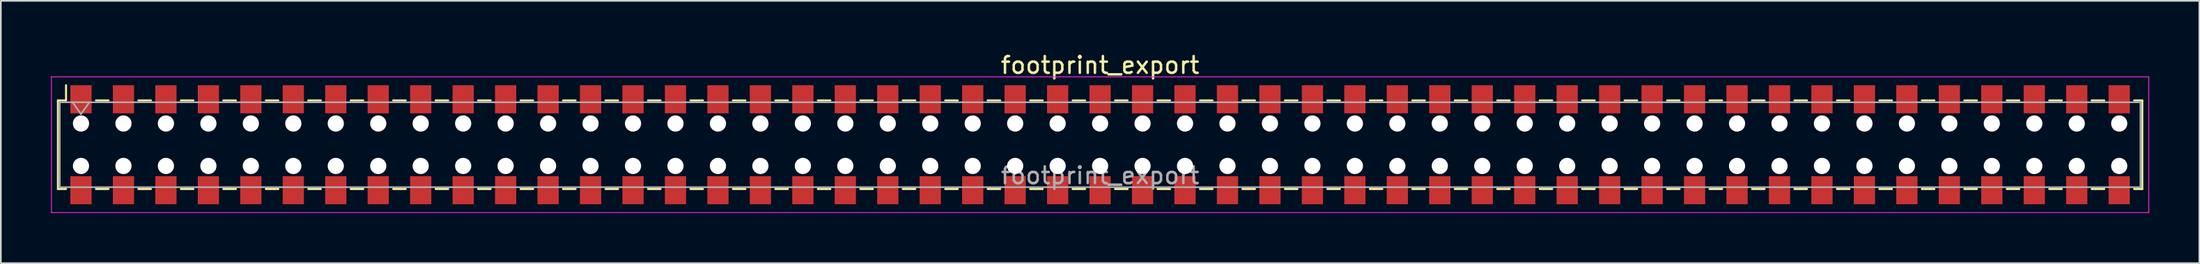
<source format=kicad_pcb>
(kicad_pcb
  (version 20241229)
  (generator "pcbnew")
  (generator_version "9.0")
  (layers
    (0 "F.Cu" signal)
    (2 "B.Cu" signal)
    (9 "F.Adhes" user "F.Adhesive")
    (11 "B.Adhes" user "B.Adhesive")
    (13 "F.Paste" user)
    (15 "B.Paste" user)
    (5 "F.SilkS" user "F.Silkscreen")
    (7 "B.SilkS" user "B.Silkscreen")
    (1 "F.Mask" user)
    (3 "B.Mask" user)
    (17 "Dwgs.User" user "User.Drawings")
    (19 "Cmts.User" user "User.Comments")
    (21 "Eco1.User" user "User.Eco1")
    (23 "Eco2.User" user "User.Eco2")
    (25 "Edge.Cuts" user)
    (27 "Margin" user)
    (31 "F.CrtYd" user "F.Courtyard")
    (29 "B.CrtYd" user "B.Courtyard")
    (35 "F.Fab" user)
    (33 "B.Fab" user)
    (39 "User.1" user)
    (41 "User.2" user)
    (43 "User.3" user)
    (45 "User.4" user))
  (footprint "footprint_export"
    (layer "F.Cu")
    (at 62.755 5.608)
    (property "Reference" "footprint_export" (at 0 -4.76 0) (layer "F.SilkS") (effects (font (size 1 1) (thickness 0.15))))
    (attr smd)
    (fp_line (start -62.34 -2.65) (end -62.34 2.65) (stroke (width 0.12) (type solid)) (layer "F.SilkS"))
    (fp_line (start -62.34 2.65) (end -61.855 2.65) (stroke (width 0.12) (type solid)) (layer "F.SilkS"))
    (fp_line (start -61.855 -3.56) (end -61.855 -2.65) (stroke (width 0.12) (type solid)) (layer "F.SilkS"))
    (fp_line (start -61.855 -2.65) (end -62.34 -2.65) (stroke (width 0.12) (type solid)) (layer "F.SilkS"))
    (fp_line (start -60.065 -2.65) (end -59.315 -2.65) (stroke (width 0.12) (type solid)) (layer "F.SilkS"))
    (fp_line (start -60.065 2.65) (end -59.315 2.65) (stroke (width 0.12) (type solid)) (layer "F.SilkS"))
    (fp_line (start -57.525 -2.65) (end -56.775 -2.65) (stroke (width 0.12) (type solid)) (layer "F.SilkS"))
    (fp_line (start -57.525 2.65) (end -56.775 2.65) (stroke (width 0.12) (type solid)) (layer "F.SilkS"))
    (fp_line (start -54.985 -2.65) (end -54.235 -2.65) (stroke (width 0.12) (type solid)) (layer "F.SilkS"))
    (fp_line (start -54.985 2.65) (end -54.235 2.65) (stroke (width 0.12) (type solid)) (layer "F.SilkS"))
    (fp_line (start -52.445 -2.65) (end -51.695 -2.65) (stroke (width 0.12) (type solid)) (layer "F.SilkS"))
    (fp_line (start -52.445 2.65) (end -51.695 2.65) (stroke (width 0.12) (type solid)) (layer "F.SilkS"))
    (fp_line (start -49.905 -2.65) (end -49.155 -2.65) (stroke (width 0.12) (type solid)) (layer "F.SilkS"))
    (fp_line (start -49.905 2.65) (end -49.155 2.65) (stroke (width 0.12) (type solid)) (layer "F.SilkS"))
    (fp_line (start -47.365 -2.65) (end -46.615 -2.65) (stroke (width 0.12) (type solid)) (layer "F.SilkS"))
    (fp_line (start -47.365 2.65) (end -46.615 2.65) (stroke (width 0.12) (type solid)) (layer "F.SilkS"))
    (fp_line (start -44.825 -2.65) (end -44.075 -2.65) (stroke (width 0.12) (type solid)) (layer "F.SilkS"))
    (fp_line (start -44.825 2.65) (end -44.075 2.65) (stroke (width 0.12) (type solid)) (layer "F.SilkS"))
    (fp_line (start -42.285 -2.65) (end -41.535 -2.65) (stroke (width 0.12) (type solid)) (layer "F.SilkS"))
    (fp_line (start -42.285 2.65) (end -41.535 2.65) (stroke (width 0.12) (type solid)) (layer "F.SilkS"))
    (fp_line (start -39.745 -2.65) (end -38.995 -2.65) (stroke (width 0.12) (type solid)) (layer "F.SilkS"))
    (fp_line (start -39.745 2.65) (end -38.995 2.65) (stroke (width 0.12) (type solid)) (layer "F.SilkS"))
    (fp_line (start -37.205 -2.65) (end -36.455 -2.65) (stroke (width 0.12) (type solid)) (layer "F.SilkS"))
    (fp_line (start -37.205 2.65) (end -36.455 2.65) (stroke (width 0.12) (type solid)) (layer "F.SilkS"))
    (fp_line (start -34.665 -2.65) (end -33.915 -2.65) (stroke (width 0.12) (type solid)) (layer "F.SilkS"))
    (fp_line (start -34.665 2.65) (end -33.915 2.65) (stroke (width 0.12) (type solid)) (layer "F.SilkS"))
    (fp_line (start -32.125 -2.65) (end -31.375 -2.65) (stroke (width 0.12) (type solid)) (layer "F.SilkS"))
    (fp_line (start -32.125 2.65) (end -31.375 2.65) (stroke (width 0.12) (type solid)) (layer "F.SilkS"))
    (fp_line (start -29.585 -2.65) (end -28.835 -2.65) (stroke (width 0.12) (type solid)) (layer "F.SilkS"))
    (fp_line (start -29.585 2.65) (end -28.835 2.65) (stroke (width 0.12) (type solid)) (layer "F.SilkS"))
    (fp_line (start -27.045 -2.65) (end -26.295 -2.65) (stroke (width 0.12) (type solid)) (layer "F.SilkS"))
    (fp_line (start -27.045 2.65) (end -26.295 2.65) (stroke (width 0.12) (type solid)) (layer "F.SilkS"))
    (fp_line (start -24.505 -2.65) (end -23.755 -2.65) (stroke (width 0.12) (type solid)) (layer "F.SilkS"))
    (fp_line (start -24.505 2.65) (end -23.755 2.65) (stroke (width 0.12) (type solid)) (layer "F.SilkS"))
    (fp_line (start -21.965 -2.65) (end -21.215 -2.65) (stroke (width 0.12) (type solid)) (layer "F.SilkS"))
    (fp_line (start -21.965 2.65) (end -21.215 2.65) (stroke (width 0.12) (type solid)) (layer "F.SilkS"))
    (fp_line (start -19.425 -2.65) (end -18.675 -2.65) (stroke (width 0.12) (type solid)) (layer "F.SilkS"))
    (fp_line (start -19.425 2.65) (end -18.675 2.65) (stroke (width 0.12) (type solid)) (layer "F.SilkS"))
    (fp_line (start -16.885 -2.65) (end -16.135 -2.65) (stroke (width 0.12) (type solid)) (layer "F.SilkS"))
    (fp_line (start -16.885 2.65) (end -16.135 2.65) (stroke (width 0.12) (type solid)) (layer "F.SilkS"))
    (fp_line (start -14.345 -2.65) (end -13.595 -2.65) (stroke (width 0.12) (type solid)) (layer "F.SilkS"))
    (fp_line (start -14.345 2.65) (end -13.595 2.65) (stroke (width 0.12) (type solid)) (layer "F.SilkS"))
    (fp_line (start -11.805 -2.65) (end -11.055 -2.65) (stroke (width 0.12) (type solid)) (layer "F.SilkS"))
    (fp_line (start -11.805 2.65) (end -11.055 2.65) (stroke (width 0.12) (type solid)) (layer "F.SilkS"))
    (fp_line (start -9.265 -2.65) (end -8.515 -2.65) (stroke (width 0.12) (type solid)) (layer "F.SilkS"))
    (fp_line (start -9.265 2.65) (end -8.515 2.65) (stroke (width 0.12) (type solid)) (layer "F.SilkS"))
    (fp_line (start -6.725 -2.65) (end -5.975 -2.65) (stroke (width 0.12) (type solid)) (layer "F.SilkS"))
    (fp_line (start -6.725 2.65) (end -5.975 2.65) (stroke (width 0.12) (type solid)) (layer "F.SilkS"))
    (fp_line (start -4.185 -2.65) (end -3.435 -2.65) (stroke (width 0.12) (type solid)) (layer "F.SilkS"))
    (fp_line (start -4.185 2.65) (end -3.435 2.65) (stroke (width 0.12) (type solid)) (layer "F.SilkS"))
    (fp_line (start -1.645 -2.65) (end -0.895 -2.65) (stroke (width 0.12) (type solid)) (layer "F.SilkS"))
    (fp_line (start -1.645 2.65) (end -0.895 2.65) (stroke (width 0.12) (type solid)) (layer "F.SilkS"))
    (fp_line (start 0.895 -2.65) (end 1.645 -2.65) (stroke (width 0.12) (type solid)) (layer "F.SilkS"))
    (fp_line (start 0.895 2.65) (end 1.645 2.65) (stroke (width 0.12) (type solid)) (layer "F.SilkS"))
    (fp_line (start 3.435 -2.65) (end 4.185 -2.65) (stroke (width 0.12) (type solid)) (layer "F.SilkS"))
    (fp_line (start 3.435 2.65) (end 4.185 2.65) (stroke (width 0.12) (type solid)) (layer "F.SilkS"))
    (fp_line (start 5.975 -2.65) (end 6.725 -2.65) (stroke (width 0.12) (type solid)) (layer "F.SilkS"))
    (fp_line (start 5.975 2.65) (end 6.725 2.65) (stroke (width 0.12) (type solid)) (layer "F.SilkS"))
    (fp_line (start 8.515 -2.65) (end 9.265 -2.65) (stroke (width 0.12) (type solid)) (layer "F.SilkS"))
    (fp_line (start 8.515 2.65) (end 9.265 2.65) (stroke (width 0.12) (type solid)) (layer "F.SilkS"))
    (fp_line (start 11.055 -2.65) (end 11.805 -2.65) (stroke (width 0.12) (type solid)) (layer "F.SilkS"))
    (fp_line (start 11.055 2.65) (end 11.805 2.65) (stroke (width 0.12) (type solid)) (layer "F.SilkS"))
    (fp_line (start 13.595 -2.65) (end 14.345 -2.65) (stroke (width 0.12) (type solid)) (layer "F.SilkS"))
    (fp_line (start 13.595 2.65) (end 14.345 2.65) (stroke (width 0.12) (type solid)) (layer "F.SilkS"))
    (fp_line (start 16.135 -2.65) (end 16.885 -2.65) (stroke (width 0.12) (type solid)) (layer "F.SilkS"))
    (fp_line (start 16.135 2.65) (end 16.885 2.65) (stroke (width 0.12) (type solid)) (layer "F.SilkS"))
    (fp_line (start 18.675 -2.65) (end 19.425 -2.65) (stroke (width 0.12) (type solid)) (layer "F.SilkS"))
    (fp_line (start 18.675 2.65) (end 19.425 2.65) (stroke (width 0.12) (type solid)) (layer "F.SilkS"))
    (fp_line (start 21.215 -2.65) (end 21.965 -2.65) (stroke (width 0.12) (type solid)) (layer "F.SilkS"))
    (fp_line (start 21.215 2.65) (end 21.965 2.65) (stroke (width 0.12) (type solid)) (layer "F.SilkS"))
    (fp_line (start 23.755 -2.65) (end 24.505 -2.65) (stroke (width 0.12) (type solid)) (layer "F.SilkS"))
    (fp_line (start 23.755 2.65) (end 24.505 2.65) (stroke (width 0.12) (type solid)) (layer "F.SilkS"))
    (fp_line (start 26.295 -2.65) (end 27.045 -2.65) (stroke (width 0.12) (type solid)) (layer "F.SilkS"))
    (fp_line (start 26.295 2.65) (end 27.045 2.65) (stroke (width 0.12) (type solid)) (layer "F.SilkS"))
    (fp_line (start 28.835 -2.65) (end 29.585 -2.65) (stroke (width 0.12) (type solid)) (layer "F.SilkS"))
    (fp_line (start 28.835 2.65) (end 29.585 2.65) (stroke (width 0.12) (type solid)) (layer "F.SilkS"))
    (fp_line (start 31.375 -2.65) (end 32.125 -2.65) (stroke (width 0.12) (type solid)) (layer "F.SilkS"))
    (fp_line (start 31.375 2.65) (end 32.125 2.65) (stroke (width 0.12) (type solid)) (layer "F.SilkS"))
    (fp_line (start 33.915 -2.65) (end 34.665 -2.65) (stroke (width 0.12) (type solid)) (layer "F.SilkS"))
    (fp_line (start 33.915 2.65) (end 34.665 2.65) (stroke (width 0.12) (type solid)) (layer "F.SilkS"))
    (fp_line (start 36.455 -2.65) (end 37.205 -2.65) (stroke (width 0.12) (type solid)) (layer "F.SilkS"))
    (fp_line (start 36.455 2.65) (end 37.205 2.65) (stroke (width 0.12) (type solid)) (layer "F.SilkS"))
    (fp_line (start 38.995 -2.65) (end 39.745 -2.65) (stroke (width 0.12) (type solid)) (layer "F.SilkS"))
    (fp_line (start 38.995 2.65) (end 39.745 2.65) (stroke (width 0.12) (type solid)) (layer "F.SilkS"))
    (fp_line (start 41.535 -2.65) (end 42.285 -2.65) (stroke (width 0.12) (type solid)) (layer "F.SilkS"))
    (fp_line (start 41.535 2.65) (end 42.285 2.65) (stroke (width 0.12) (type solid)) (layer "F.SilkS"))
    (fp_line (start 44.075 -2.65) (end 44.825 -2.65) (stroke (width 0.12) (type solid)) (layer "F.SilkS"))
    (fp_line (start 44.075 2.65) (end 44.825 2.65) (stroke (width 0.12) (type solid)) (layer "F.SilkS"))
    (fp_line (start 46.615 -2.65) (end 47.365 -2.65) (stroke (width 0.12) (type solid)) (layer "F.SilkS"))
    (fp_line (start 46.615 2.65) (end 47.365 2.65) (stroke (width 0.12) (type solid)) (layer "F.SilkS"))
    (fp_line (start 49.155 -2.65) (end 49.905 -2.65) (stroke (width 0.12) (type solid)) (layer "F.SilkS"))
    (fp_line (start 49.155 2.65) (end 49.905 2.65) (stroke (width 0.12) (type solid)) (layer "F.SilkS"))
    (fp_line (start 51.695 -2.65) (end 52.445 -2.65) (stroke (width 0.12) (type solid)) (layer "F.SilkS"))
    (fp_line (start 51.695 2.65) (end 52.445 2.65) (stroke (width 0.12) (type solid)) (layer "F.SilkS"))
    (fp_line (start 54.235 -2.65) (end 54.985 -2.65) (stroke (width 0.12) (type solid)) (layer "F.SilkS"))
    (fp_line (start 54.235 2.65) (end 54.985 2.65) (stroke (width 0.12) (type solid)) (layer "F.SilkS"))
    (fp_line (start 56.775 -2.65) (end 57.525 -2.65) (stroke (width 0.12) (type solid)) (layer "F.SilkS"))
    (fp_line (start 56.775 2.65) (end 57.525 2.65) (stroke (width 0.12) (type solid)) (layer "F.SilkS"))
    (fp_line (start 59.315 -2.65) (end 60.065 -2.65) (stroke (width 0.12) (type solid)) (layer "F.SilkS"))
    (fp_line (start 59.315 2.65) (end 60.065 2.65) (stroke (width 0.12) (type solid)) (layer "F.SilkS"))
    (fp_line (start 61.855 -2.65) (end 62.34 -2.65) (stroke (width 0.12) (type solid)) (layer "F.SilkS"))
    (fp_line (start 62.34 -2.65) (end 62.34 2.65) (stroke (width 0.12) (type solid)) (layer "F.SilkS"))
    (fp_line (start 62.34 2.65) (end 61.855 2.65) (stroke (width 0.12) (type solid)) (layer "F.SilkS"))
    (fp_line (start -62.73 -4.06) (end 62.73 -4.06) (stroke (width 0.05) (type solid)) (layer "F.CrtYd"))
    (fp_line (start -62.73 4.06) (end -62.73 -4.06) (stroke (width 0.05) (type solid)) (layer "F.CrtYd"))
    (fp_line (start 62.73 -4.06) (end 62.73 4.06) (stroke (width 0.05) (type solid)) (layer "F.CrtYd"))
    (fp_line (start 62.73 4.06) (end -62.73 4.06) (stroke (width 0.05) (type solid)) (layer "F.CrtYd"))
    (fp_line (start -62.23 -2.54) (end 62.23 -2.54) (stroke (width 0.1) (type solid)) (layer "F.Fab"))
    (fp_line (start -62.23 2.54) (end -62.23 -2.54) (stroke (width 0.1) (type solid)) (layer "F.Fab"))
    (fp_line (start -61.46 -2.54) (end -60.96 -1.833) (stroke (width 0.1) (type solid)) (layer "F.Fab"))
    (fp_line (start -60.96 -1.833) (end -60.46 -2.54) (stroke (width 0.1) (type solid)) (layer "F.Fab"))
    (fp_line (start 62.23 -2.54) (end 62.23 2.54) (stroke (width 0.1) (type solid)) (layer "F.Fab"))
    (fp_line (start 62.23 2.54) (end -62.23 2.54) (stroke (width 0.1) (type solid)) (layer "F.Fab"))
    (fp_text user "${REFERENCE}" (at 0 1.84 0) (layer "F.Fab") (effects (font (size 1 1) (thickness 0.15))))
    (pad "" np_thru_hole circle (at -60.96 -1.27) (size 0.97 0.97) (drill 0.97) (layers "*.Cu" "*.Mask"))
    (pad "" np_thru_hole circle (at -60.96 1.27) (size 0.97 0.97) (drill 0.97) (layers "*.Cu" "*.Mask"))
    (pad "" np_thru_hole circle (at -58.42 -1.27) (size 0.97 0.97) (drill 0.97) (layers "*.Cu" "*.Mask"))
    (pad "" np_thru_hole circle (at -58.42 1.27) (size 0.97 0.97) (drill 0.97) (layers "*.Cu" "*.Mask"))
    (pad "" np_thru_hole circle (at -55.88 -1.27) (size 0.97 0.97) (drill 0.97) (layers "*.Cu" "*.Mask"))
    (pad "" np_thru_hole circle (at -55.88 1.27) (size 0.97 0.97) (drill 0.97) (layers "*.Cu" "*.Mask"))
    (pad "" np_thru_hole circle (at -53.34 -1.27) (size 0.97 0.97) (drill 0.97) (layers "*.Cu" "*.Mask"))
    (pad "" np_thru_hole circle (at -53.34 1.27) (size 0.97 0.97) (drill 0.97) (layers "*.Cu" "*.Mask"))
    (pad "" np_thru_hole circle (at -50.8 -1.27) (size 0.97 0.97) (drill 0.97) (layers "*.Cu" "*.Mask"))
    (pad "" np_thru_hole circle (at -50.8 1.27) (size 0.97 0.97) (drill 0.97) (layers "*.Cu" "*.Mask"))
    (pad "" np_thru_hole circle (at -48.26 -1.27) (size 0.97 0.97) (drill 0.97) (layers "*.Cu" "*.Mask"))
    (pad "" np_thru_hole circle (at -48.26 1.27) (size 0.97 0.97) (drill 0.97) (layers "*.Cu" "*.Mask"))
    (pad "" np_thru_hole circle (at -45.72 -1.27) (size 0.97 0.97) (drill 0.97) (layers "*.Cu" "*.Mask"))
    (pad "" np_thru_hole circle (at -45.72 1.27) (size 0.97 0.97) (drill 0.97) (layers "*.Cu" "*.Mask"))
    (pad "" np_thru_hole circle (at -43.18 -1.27) (size 0.97 0.97) (drill 0.97) (layers "*.Cu" "*.Mask"))
    (pad "" np_thru_hole circle (at -43.18 1.27) (size 0.97 0.97) (drill 0.97) (layers "*.Cu" "*.Mask"))
    (pad "" np_thru_hole circle (at -40.64 -1.27) (size 0.97 0.97) (drill 0.97) (layers "*.Cu" "*.Mask"))
    (pad "" np_thru_hole circle (at -40.64 1.27) (size 0.97 0.97) (drill 0.97) (layers "*.Cu" "*.Mask"))
    (pad "" np_thru_hole circle (at -38.1 -1.27) (size 0.97 0.97) (drill 0.97) (layers "*.Cu" "*.Mask"))
    (pad "" np_thru_hole circle (at -38.1 1.27) (size 0.97 0.97) (drill 0.97) (layers "*.Cu" "*.Mask"))
    (pad "" np_thru_hole circle (at -35.56 -1.27) (size 0.97 0.97) (drill 0.97) (layers "*.Cu" "*.Mask"))
    (pad "" np_thru_hole circle (at -35.56 1.27) (size 0.97 0.97) (drill 0.97) (layers "*.Cu" "*.Mask"))
    (pad "" np_thru_hole circle (at -33.02 -1.27) (size 0.97 0.97) (drill 0.97) (layers "*.Cu" "*.Mask"))
    (pad "" np_thru_hole circle (at -33.02 1.27) (size 0.97 0.97) (drill 0.97) (layers "*.Cu" "*.Mask"))
    (pad "" np_thru_hole circle (at -30.48 -1.27) (size 0.97 0.97) (drill 0.97) (layers "*.Cu" "*.Mask"))
    (pad "" np_thru_hole circle (at -30.48 1.27) (size 0.97 0.97) (drill 0.97) (layers "*.Cu" "*.Mask"))
    (pad "" np_thru_hole circle (at -27.94 -1.27) (size 0.97 0.97) (drill 0.97) (layers "*.Cu" "*.Mask"))
    (pad "" np_thru_hole circle (at -27.94 1.27) (size 0.97 0.97) (drill 0.97) (layers "*.Cu" "*.Mask"))
    (pad "" np_thru_hole circle (at -25.4 -1.27) (size 0.97 0.97) (drill 0.97) (layers "*.Cu" "*.Mask"))
    (pad "" np_thru_hole circle (at -25.4 1.27) (size 0.97 0.97) (drill 0.97) (layers "*.Cu" "*.Mask"))
    (pad "" np_thru_hole circle (at -22.86 -1.27) (size 0.97 0.97) (drill 0.97) (layers "*.Cu" "*.Mask"))
    (pad "" np_thru_hole circle (at -22.86 1.27) (size 0.97 0.97) (drill 0.97) (layers "*.Cu" "*.Mask"))
    (pad "" np_thru_hole circle (at -20.32 -1.27) (size 0.97 0.97) (drill 0.97) (layers "*.Cu" "*.Mask"))
    (pad "" np_thru_hole circle (at -20.32 1.27) (size 0.97 0.97) (drill 0.97) (layers "*.Cu" "*.Mask"))
    (pad "" np_thru_hole circle (at -17.78 -1.27) (size 0.97 0.97) (drill 0.97) (layers "*.Cu" "*.Mask"))
    (pad "" np_thru_hole circle (at -17.78 1.27) (size 0.97 0.97) (drill 0.97) (layers "*.Cu" "*.Mask"))
    (pad "" np_thru_hole circle (at -15.24 -1.27) (size 0.97 0.97) (drill 0.97) (layers "*.Cu" "*.Mask"))
    (pad "" np_thru_hole circle (at -15.24 1.27) (size 0.97 0.97) (drill 0.97) (layers "*.Cu" "*.Mask"))
    (pad "" np_thru_hole circle (at -12.7 -1.27) (size 0.97 0.97) (drill 0.97) (layers "*.Cu" "*.Mask"))
    (pad "" np_thru_hole circle (at -12.7 1.27) (size 0.97 0.97) (drill 0.97) (layers "*.Cu" "*.Mask"))
    (pad "" np_thru_hole circle (at -10.16 -1.27) (size 0.97 0.97) (drill 0.97) (layers "*.Cu" "*.Mask"))
    (pad "" np_thru_hole circle (at -10.16 1.27) (size 0.97 0.97) (drill 0.97) (layers "*.Cu" "*.Mask"))
    (pad "" np_thru_hole circle (at -7.62 -1.27) (size 0.97 0.97) (drill 0.97) (layers "*.Cu" "*.Mask"))
    (pad "" np_thru_hole circle (at -7.62 1.27) (size 0.97 0.97) (drill 0.97) (layers "*.Cu" "*.Mask"))
    (pad "" np_thru_hole circle (at -5.08 -1.27) (size 0.97 0.97) (drill 0.97) (layers "*.Cu" "*.Mask"))
    (pad "" np_thru_hole circle (at -5.08 1.27) (size 0.97 0.97) (drill 0.97) (layers "*.Cu" "*.Mask"))
    (pad "" np_thru_hole circle (at -2.54 -1.27) (size 0.97 0.97) (drill 0.97) (layers "*.Cu" "*.Mask"))
    (pad "" np_thru_hole circle (at -2.54 1.27) (size 0.97 0.97) (drill 0.97) (layers "*.Cu" "*.Mask"))
    (pad "" np_thru_hole circle (at 0 -1.27) (size 0.97 0.97) (drill 0.97) (layers "*.Cu" "*.Mask"))
    (pad "" np_thru_hole circle (at 0 1.27) (size 0.97 0.97) (drill 0.97) (layers "*.Cu" "*.Mask"))
    (pad "" np_thru_hole circle (at 2.54 -1.27) (size 0.97 0.97) (drill 0.97) (layers "*.Cu" "*.Mask"))
    (pad "" np_thru_hole circle (at 2.54 1.27) (size 0.97 0.97) (drill 0.97) (layers "*.Cu" "*.Mask"))
    (pad "" np_thru_hole circle (at 5.08 -1.27) (size 0.97 0.97) (drill 0.97) (layers "*.Cu" "*.Mask"))
    (pad "" np_thru_hole circle (at 5.08 1.27) (size 0.97 0.97) (drill 0.97) (layers "*.Cu" "*.Mask"))
    (pad "" np_thru_hole circle (at 7.62 -1.27) (size 0.97 0.97) (drill 0.97) (layers "*.Cu" "*.Mask"))
    (pad "" np_thru_hole circle (at 7.62 1.27) (size 0.97 0.97) (drill 0.97) (layers "*.Cu" "*.Mask"))
    (pad "" np_thru_hole circle (at 10.16 -1.27) (size 0.97 0.97) (drill 0.97) (layers "*.Cu" "*.Mask"))
    (pad "" np_thru_hole circle (at 10.16 1.27) (size 0.97 0.97) (drill 0.97) (layers "*.Cu" "*.Mask"))
    (pad "" np_thru_hole circle (at 12.7 -1.27) (size 0.97 0.97) (drill 0.97) (layers "*.Cu" "*.Mask"))
    (pad "" np_thru_hole circle (at 12.7 1.27) (size 0.97 0.97) (drill 0.97) (layers "*.Cu" "*.Mask"))
    (pad "" np_thru_hole circle (at 15.24 -1.27) (size 0.97 0.97) (drill 0.97) (layers "*.Cu" "*.Mask"))
    (pad "" np_thru_hole circle (at 15.24 1.27) (size 0.97 0.97) (drill 0.97) (layers "*.Cu" "*.Mask"))
    (pad "" np_thru_hole circle (at 17.78 -1.27) (size 0.97 0.97) (drill 0.97) (layers "*.Cu" "*.Mask"))
    (pad "" np_thru_hole circle (at 17.78 1.27) (size 0.97 0.97) (drill 0.97) (layers "*.Cu" "*.Mask"))
    (pad "" np_thru_hole circle (at 20.32 -1.27) (size 0.97 0.97) (drill 0.97) (layers "*.Cu" "*.Mask"))
    (pad "" np_thru_hole circle (at 20.32 1.27) (size 0.97 0.97) (drill 0.97) (layers "*.Cu" "*.Mask"))
    (pad "" np_thru_hole circle (at 22.86 -1.27) (size 0.97 0.97) (drill 0.97) (layers "*.Cu" "*.Mask"))
    (pad "" np_thru_hole circle (at 22.86 1.27) (size 0.97 0.97) (drill 0.97) (layers "*.Cu" "*.Mask"))
    (pad "" np_thru_hole circle (at 25.4 -1.27) (size 0.97 0.97) (drill 0.97) (layers "*.Cu" "*.Mask"))
    (pad "" np_thru_hole circle (at 25.4 1.27) (size 0.97 0.97) (drill 0.97) (layers "*.Cu" "*.Mask"))
    (pad "" np_thru_hole circle (at 27.94 -1.27) (size 0.97 0.97) (drill 0.97) (layers "*.Cu" "*.Mask"))
    (pad "" np_thru_hole circle (at 27.94 1.27) (size 0.97 0.97) (drill 0.97) (layers "*.Cu" "*.Mask"))
    (pad "" np_thru_hole circle (at 30.48 -1.27) (size 0.97 0.97) (drill 0.97) (layers "*.Cu" "*.Mask"))
    (pad "" np_thru_hole circle (at 30.48 1.27) (size 0.97 0.97) (drill 0.97) (layers "*.Cu" "*.Mask"))
    (pad "" np_thru_hole circle (at 33.02 -1.27) (size 0.97 0.97) (drill 0.97) (layers "*.Cu" "*.Mask"))
    (pad "" np_thru_hole circle (at 33.02 1.27) (size 0.97 0.97) (drill 0.97) (layers "*.Cu" "*.Mask"))
    (pad "" np_thru_hole circle (at 35.56 -1.27) (size 0.97 0.97) (drill 0.97) (layers "*.Cu" "*.Mask"))
    (pad "" np_thru_hole circle (at 35.56 1.27) (size 0.97 0.97) (drill 0.97) (layers "*.Cu" "*.Mask"))
    (pad "" np_thru_hole circle (at 38.1 -1.27) (size 0.97 0.97) (drill 0.97) (layers "*.Cu" "*.Mask"))
    (pad "" np_thru_hole circle (at 38.1 1.27) (size 0.97 0.97) (drill 0.97) (layers "*.Cu" "*.Mask"))
    (pad "" np_thru_hole circle (at 40.64 -1.27) (size 0.97 0.97) (drill 0.97) (layers "*.Cu" "*.Mask"))
    (pad "" np_thru_hole circle (at 40.64 1.27) (size 0.97 0.97) (drill 0.97) (layers "*.Cu" "*.Mask"))
    (pad "" np_thru_hole circle (at 43.18 -1.27) (size 0.97 0.97) (drill 0.97) (layers "*.Cu" "*.Mask"))
    (pad "" np_thru_hole circle (at 43.18 1.27) (size 0.97 0.97) (drill 0.97) (layers "*.Cu" "*.Mask"))
    (pad "" np_thru_hole circle (at 45.72 -1.27) (size 0.97 0.97) (drill 0.97) (layers "*.Cu" "*.Mask"))
    (pad "" np_thru_hole circle (at 45.72 1.27) (size 0.97 0.97) (drill 0.97) (layers "*.Cu" "*.Mask"))
    (pad "" np_thru_hole circle (at 48.26 -1.27) (size 0.97 0.97) (drill 0.97) (layers "*.Cu" "*.Mask"))
    (pad "" np_thru_hole circle (at 48.26 1.27) (size 0.97 0.97) (drill 0.97) (layers "*.Cu" "*.Mask"))
    (pad "" np_thru_hole circle (at 50.8 -1.27) (size 0.97 0.97) (drill 0.97) (layers "*.Cu" "*.Mask"))
    (pad "" np_thru_hole circle (at 50.8 1.27) (size 0.97 0.97) (drill 0.97) (layers "*.Cu" "*.Mask"))
    (pad "" np_thru_hole circle (at 53.34 -1.27) (size 0.97 0.97) (drill 0.97) (layers "*.Cu" "*.Mask"))
    (pad "" np_thru_hole circle (at 53.34 1.27) (size 0.97 0.97) (drill 0.97) (layers "*.Cu" "*.Mask"))
    (pad "" np_thru_hole circle (at 55.88 -1.27) (size 0.97 0.97) (drill 0.97) (layers "*.Cu" "*.Mask"))
    (pad "" np_thru_hole circle (at 55.88 1.27) (size 0.97 0.97) (drill 0.97) (layers "*.Cu" "*.Mask"))
    (pad "" np_thru_hole circle (at 58.42 -1.27) (size 0.97 0.97) (drill 0.97) (layers "*.Cu" "*.Mask"))
    (pad "" np_thru_hole circle (at 58.42 1.27) (size 0.97 0.97) (drill 0.97) (layers "*.Cu" "*.Mask"))
    (pad "" np_thru_hole circle (at 60.96 -1.27) (size 0.97 0.97) (drill 0.97) (layers "*.Cu" "*.Mask"))
    (pad "" np_thru_hole circle (at 60.96 1.27) (size 0.97 0.97) (drill 0.97) (layers "*.Cu" "*.Mask"))
    (pad "1" smd rect (at -60.96 -2.72) (size 1.27 1.68) (layers "F.Cu" "F.Mask" "F.Paste"))
    (pad "2" smd rect (at -60.96 2.72) (size 1.27 1.68) (layers "F.Cu" "F.Mask" "F.Paste"))
    (pad "3" smd rect (at -58.42 -2.72) (size 1.27 1.68) (layers "F.Cu" "F.Mask" "F.Paste"))
    (pad "4" smd rect (at -58.42 2.72) (size 1.27 1.68) (layers "F.Cu" "F.Mask" "F.Paste"))
    (pad "5" smd rect (at -55.88 -2.72) (size 1.27 1.68) (layers "F.Cu" "F.Mask" "F.Paste"))
    (pad "6" smd rect (at -55.88 2.72) (size 1.27 1.68) (layers "F.Cu" "F.Mask" "F.Paste"))
    (pad "7" smd rect (at -53.34 -2.72) (size 1.27 1.68) (layers "F.Cu" "F.Mask" "F.Paste"))
    (pad "8" smd rect (at -53.34 2.72) (size 1.27 1.68) (layers "F.Cu" "F.Mask" "F.Paste"))
    (pad "9" smd rect (at -50.8 -2.72) (size 1.27 1.68) (layers "F.Cu" "F.Mask" "F.Paste"))
    (pad "10" smd rect (at -50.8 2.72) (size 1.27 1.68) (layers "F.Cu" "F.Mask" "F.Paste"))
    (pad "11" smd rect (at -48.26 -2.72) (size 1.27 1.68) (layers "F.Cu" "F.Mask" "F.Paste"))
    (pad "12" smd rect (at -48.26 2.72) (size 1.27 1.68) (layers "F.Cu" "F.Mask" "F.Paste"))
    (pad "13" smd rect (at -45.72 -2.72) (size 1.27 1.68) (layers "F.Cu" "F.Mask" "F.Paste"))
    (pad "14" smd rect (at -45.72 2.72) (size 1.27 1.68) (layers "F.Cu" "F.Mask" "F.Paste"))
    (pad "15" smd rect (at -43.18 -2.72) (size 1.27 1.68) (layers "F.Cu" "F.Mask" "F.Paste"))
    (pad "16" smd rect (at -43.18 2.72) (size 1.27 1.68) (layers "F.Cu" "F.Mask" "F.Paste"))
    (pad "17" smd rect (at -40.64 -2.72) (size 1.27 1.68) (layers "F.Cu" "F.Mask" "F.Paste"))
    (pad "18" smd rect (at -40.64 2.72) (size 1.27 1.68) (layers "F.Cu" "F.Mask" "F.Paste"))
    (pad "19" smd rect (at -38.1 -2.72) (size 1.27 1.68) (layers "F.Cu" "F.Mask" "F.Paste"))
    (pad "20" smd rect (at -38.1 2.72) (size 1.27 1.68) (layers "F.Cu" "F.Mask" "F.Paste"))
    (pad "21" smd rect (at -35.56 -2.72) (size 1.27 1.68) (layers "F.Cu" "F.Mask" "F.Paste"))
    (pad "22" smd rect (at -35.56 2.72) (size 1.27 1.68) (layers "F.Cu" "F.Mask" "F.Paste"))
    (pad "23" smd rect (at -33.02 -2.72) (size 1.27 1.68) (layers "F.Cu" "F.Mask" "F.Paste"))
    (pad "24" smd rect (at -33.02 2.72) (size 1.27 1.68) (layers "F.Cu" "F.Mask" "F.Paste"))
    (pad "25" smd rect (at -30.48 -2.72) (size 1.27 1.68) (layers "F.Cu" "F.Mask" "F.Paste"))
    (pad "26" smd rect (at -30.48 2.72) (size 1.27 1.68) (layers "F.Cu" "F.Mask" "F.Paste"))
    (pad "27" smd rect (at -27.94 -2.72) (size 1.27 1.68) (layers "F.Cu" "F.Mask" "F.Paste"))
    (pad "28" smd rect (at -27.94 2.72) (size 1.27 1.68) (layers "F.Cu" "F.Mask" "F.Paste"))
    (pad "29" smd rect (at -25.4 -2.72) (size 1.27 1.68) (layers "F.Cu" "F.Mask" "F.Paste"))
    (pad "30" smd rect (at -25.4 2.72) (size 1.27 1.68) (layers "F.Cu" "F.Mask" "F.Paste"))
    (pad "31" smd rect (at -22.86 -2.72) (size 1.27 1.68) (layers "F.Cu" "F.Mask" "F.Paste"))
    (pad "32" smd rect (at -22.86 2.72) (size 1.27 1.68) (layers "F.Cu" "F.Mask" "F.Paste"))
    (pad "33" smd rect (at -20.32 -2.72) (size 1.27 1.68) (layers "F.Cu" "F.Mask" "F.Paste"))
    (pad "34" smd rect (at -20.32 2.72) (size 1.27 1.68) (layers "F.Cu" "F.Mask" "F.Paste"))
    (pad "35" smd rect (at -17.78 -2.72) (size 1.27 1.68) (layers "F.Cu" "F.Mask" "F.Paste"))
    (pad "36" smd rect (at -17.78 2.72) (size 1.27 1.68) (layers "F.Cu" "F.Mask" "F.Paste"))
    (pad "37" smd rect (at -15.24 -2.72) (size 1.27 1.68) (layers "F.Cu" "F.Mask" "F.Paste"))
    (pad "38" smd rect (at -15.24 2.72) (size 1.27 1.68) (layers "F.Cu" "F.Mask" "F.Paste"))
    (pad "39" smd rect (at -12.7 -2.72) (size 1.27 1.68) (layers "F.Cu" "F.Mask" "F.Paste"))
    (pad "40" smd rect (at -12.7 2.72) (size 1.27 1.68) (layers "F.Cu" "F.Mask" "F.Paste"))
    (pad "41" smd rect (at -10.16 -2.72) (size 1.27 1.68) (layers "F.Cu" "F.Mask" "F.Paste"))
    (pad "42" smd rect (at -10.16 2.72) (size 1.27 1.68) (layers "F.Cu" "F.Mask" "F.Paste"))
    (pad "43" smd rect (at -7.62 -2.72) (size 1.27 1.68) (layers "F.Cu" "F.Mask" "F.Paste"))
    (pad "44" smd rect (at -7.62 2.72) (size 1.27 1.68) (layers "F.Cu" "F.Mask" "F.Paste"))
    (pad "45" smd rect (at -5.08 -2.72) (size 1.27 1.68) (layers "F.Cu" "F.Mask" "F.Paste"))
    (pad "46" smd rect (at -5.08 2.72) (size 1.27 1.68) (layers "F.Cu" "F.Mask" "F.Paste"))
    (pad "47" smd rect (at -2.54 -2.72) (size 1.27 1.68) (layers "F.Cu" "F.Mask" "F.Paste"))
    (pad "48" smd rect (at -2.54 2.72) (size 1.27 1.68) (layers "F.Cu" "F.Mask" "F.Paste"))
    (pad "49" smd rect (at 0 -2.72) (size 1.27 1.68) (layers "F.Cu" "F.Mask" "F.Paste"))
    (pad "50" smd rect (at 0 2.72) (size 1.27 1.68) (layers "F.Cu" "F.Mask" "F.Paste"))
    (pad "51" smd rect (at 2.54 -2.72) (size 1.27 1.68) (layers "F.Cu" "F.Mask" "F.Paste"))
    (pad "52" smd rect (at 2.54 2.72) (size 1.27 1.68) (layers "F.Cu" "F.Mask" "F.Paste"))
    (pad "53" smd rect (at 5.08 -2.72) (size 1.27 1.68) (layers "F.Cu" "F.Mask" "F.Paste"))
    (pad "54" smd rect (at 5.08 2.72) (size 1.27 1.68) (layers "F.Cu" "F.Mask" "F.Paste"))
    (pad "55" smd rect (at 7.62 -2.72) (size 1.27 1.68) (layers "F.Cu" "F.Mask" "F.Paste"))
    (pad "56" smd rect (at 7.62 2.72) (size 1.27 1.68) (layers "F.Cu" "F.Mask" "F.Paste"))
    (pad "57" smd rect (at 10.16 -2.72) (size 1.27 1.68) (layers "F.Cu" "F.Mask" "F.Paste"))
    (pad "58" smd rect (at 10.16 2.72) (size 1.27 1.68) (layers "F.Cu" "F.Mask" "F.Paste"))
    (pad "59" smd rect (at 12.7 -2.72) (size 1.27 1.68) (layers "F.Cu" "F.Mask" "F.Paste"))
    (pad "60" smd rect (at 12.7 2.72) (size 1.27 1.68) (layers "F.Cu" "F.Mask" "F.Paste"))
    (pad "61" smd rect (at 15.24 -2.72) (size 1.27 1.68) (layers "F.Cu" "F.Mask" "F.Paste"))
    (pad "62" smd rect (at 15.24 2.72) (size 1.27 1.68) (layers "F.Cu" "F.Mask" "F.Paste"))
    (pad "63" smd rect (at 17.78 -2.72) (size 1.27 1.68) (layers "F.Cu" "F.Mask" "F.Paste"))
    (pad "64" smd rect (at 17.78 2.72) (size 1.27 1.68) (layers "F.Cu" "F.Mask" "F.Paste"))
    (pad "65" smd rect (at 20.32 -2.72) (size 1.27 1.68) (layers "F.Cu" "F.Mask" "F.Paste"))
    (pad "66" smd rect (at 20.32 2.72) (size 1.27 1.68) (layers "F.Cu" "F.Mask" "F.Paste"))
    (pad "67" smd rect (at 22.86 -2.72) (size 1.27 1.68) (layers "F.Cu" "F.Mask" "F.Paste"))
    (pad "68" smd rect (at 22.86 2.72) (size 1.27 1.68) (layers "F.Cu" "F.Mask" "F.Paste"))
    (pad "69" smd rect (at 25.4 -2.72) (size 1.27 1.68) (layers "F.Cu" "F.Mask" "F.Paste"))
    (pad "70" smd rect (at 25.4 2.72) (size 1.27 1.68) (layers "F.Cu" "F.Mask" "F.Paste"))
    (pad "71" smd rect (at 27.94 -2.72) (size 1.27 1.68) (layers "F.Cu" "F.Mask" "F.Paste"))
    (pad "72" smd rect (at 27.94 2.72) (size 1.27 1.68) (layers "F.Cu" "F.Mask" "F.Paste"))
    (pad "73" smd rect (at 30.48 -2.72) (size 1.27 1.68) (layers "F.Cu" "F.Mask" "F.Paste"))
    (pad "74" smd rect (at 30.48 2.72) (size 1.27 1.68) (layers "F.Cu" "F.Mask" "F.Paste"))
    (pad "75" smd rect (at 33.02 -2.72) (size 1.27 1.68) (layers "F.Cu" "F.Mask" "F.Paste"))
    (pad "76" smd rect (at 33.02 2.72) (size 1.27 1.68) (layers "F.Cu" "F.Mask" "F.Paste"))
    (pad "77" smd rect (at 35.56 -2.72) (size 1.27 1.68) (layers "F.Cu" "F.Mask" "F.Paste"))
    (pad "78" smd rect (at 35.56 2.72) (size 1.27 1.68) (layers "F.Cu" "F.Mask" "F.Paste"))
    (pad "79" smd rect (at 38.1 -2.72) (size 1.27 1.68) (layers "F.Cu" "F.Mask" "F.Paste"))
    (pad "80" smd rect (at 38.1 2.72) (size 1.27 1.68) (layers "F.Cu" "F.Mask" "F.Paste"))
    (pad "81" smd rect (at 40.64 -2.72) (size 1.27 1.68) (layers "F.Cu" "F.Mask" "F.Paste"))
    (pad "82" smd rect (at 40.64 2.72) (size 1.27 1.68) (layers "F.Cu" "F.Mask" "F.Paste"))
    (pad "83" smd rect (at 43.18 -2.72) (size 1.27 1.68) (layers "F.Cu" "F.Mask" "F.Paste"))
    (pad "84" smd rect (at 43.18 2.72) (size 1.27 1.68) (layers "F.Cu" "F.Mask" "F.Paste"))
    (pad "85" smd rect (at 45.72 -2.72) (size 1.27 1.68) (layers "F.Cu" "F.Mask" "F.Paste"))
    (pad "86" smd rect (at 45.72 2.72) (size 1.27 1.68) (layers "F.Cu" "F.Mask" "F.Paste"))
    (pad "87" smd rect (at 48.26 -2.72) (size 1.27 1.68) (layers "F.Cu" "F.Mask" "F.Paste"))
    (pad "88" smd rect (at 48.26 2.72) (size 1.27 1.68) (layers "F.Cu" "F.Mask" "F.Paste"))
    (pad "89" smd rect (at 50.8 -2.72) (size 1.27 1.68) (layers "F.Cu" "F.Mask" "F.Paste"))
    (pad "90" smd rect (at 50.8 2.72) (size 1.27 1.68) (layers "F.Cu" "F.Mask" "F.Paste"))
    (pad "91" smd rect (at 53.34 -2.72) (size 1.27 1.68) (layers "F.Cu" "F.Mask" "F.Paste"))
    (pad "92" smd rect (at 53.34 2.72) (size 1.27 1.68) (layers "F.Cu" "F.Mask" "F.Paste"))
    (pad "93" smd rect (at 55.88 -2.72) (size 1.27 1.68) (layers "F.Cu" "F.Mask" "F.Paste"))
    (pad "94" smd rect (at 55.88 2.72) (size 1.27 1.68) (layers "F.Cu" "F.Mask" "F.Paste"))
    (pad "95" smd rect (at 58.42 -2.72) (size 1.27 1.68) (layers "F.Cu" "F.Mask" "F.Paste"))
    (pad "96" smd rect (at 58.42 2.72) (size 1.27 1.68) (layers "F.Cu" "F.Mask" "F.Paste"))
    (pad "97" smd rect (at 60.96 -2.72) (size 1.27 1.68) (layers "F.Cu" "F.Mask" "F.Paste"))
    (pad "98" smd rect (at 60.96 2.72) (size 1.27 1.68) (layers "F.Cu" "F.Mask" "F.Paste")))
  (gr_rect
    (start -3 -3)
    (end 128.51 12.693)
    (stroke (width 0.1) (type default))
    (fill no)
    (layer "Edge.Cuts")))
</source>
